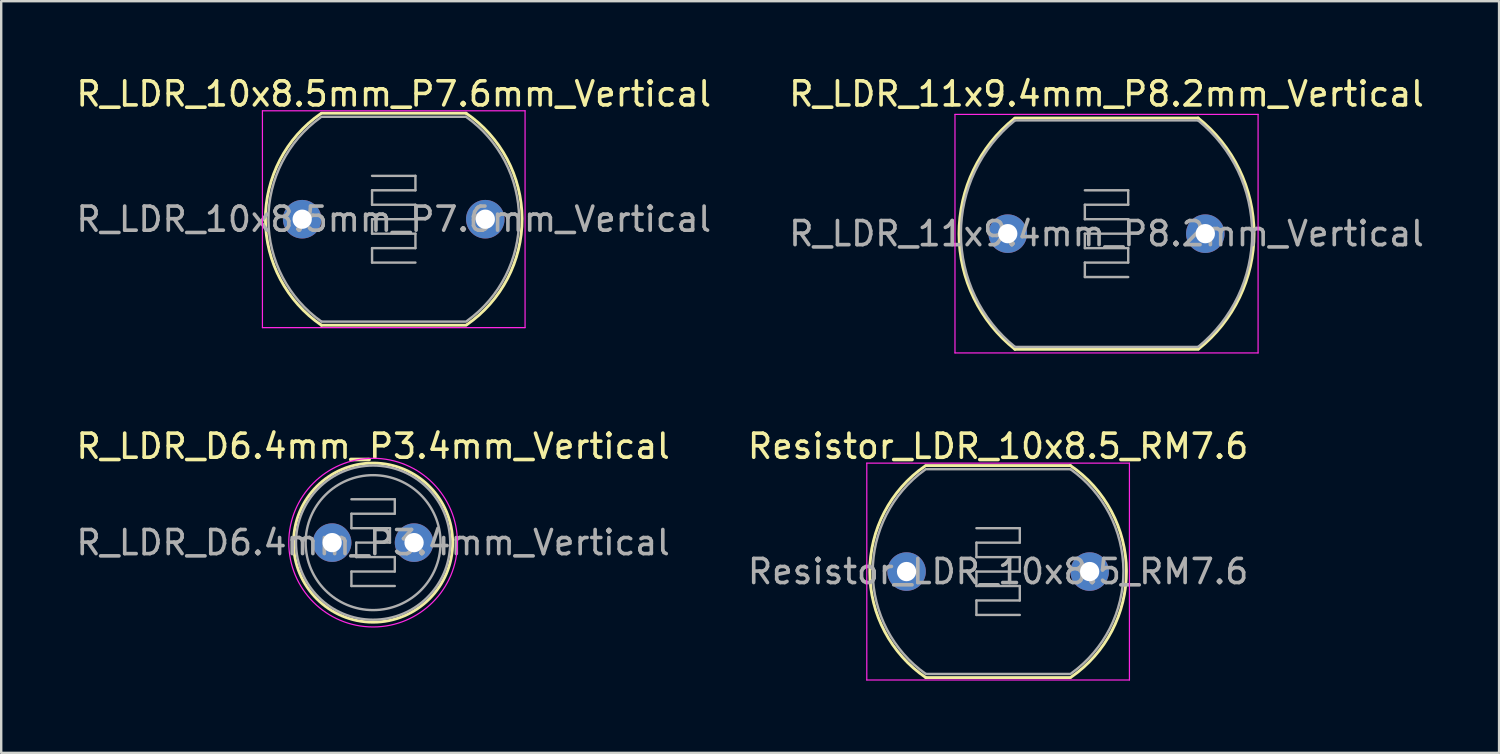
<source format=kicad_pcb>
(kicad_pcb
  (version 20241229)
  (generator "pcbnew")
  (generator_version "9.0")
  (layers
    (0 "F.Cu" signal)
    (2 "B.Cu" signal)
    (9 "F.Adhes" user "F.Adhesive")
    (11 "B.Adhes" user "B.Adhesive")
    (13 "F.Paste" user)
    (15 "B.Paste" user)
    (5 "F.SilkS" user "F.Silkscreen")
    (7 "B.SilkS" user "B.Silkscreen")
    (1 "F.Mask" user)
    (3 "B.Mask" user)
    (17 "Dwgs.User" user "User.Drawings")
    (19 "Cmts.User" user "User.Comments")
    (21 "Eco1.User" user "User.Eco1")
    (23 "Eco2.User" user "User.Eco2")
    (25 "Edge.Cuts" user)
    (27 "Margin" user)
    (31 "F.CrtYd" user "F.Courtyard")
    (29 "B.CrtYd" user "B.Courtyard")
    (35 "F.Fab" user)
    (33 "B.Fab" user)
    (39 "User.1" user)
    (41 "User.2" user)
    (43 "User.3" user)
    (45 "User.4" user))
  (footprint "R_LDR_10x8.5mm_P7.6mm_Vertical"
    (layer "F.Cu")
    (at 9.492 6.048)
    (property "Reference" "R_LDR_10x8.5mm_P7.6mm_Vertical" (at 3.8 -5.2 0) (layer "F.SilkS") (effects (font (size 1 1) (thickness 0.15))))
    (attr through_hole)
    (fp_line (start 0.8 -4.4) (end 6.8 -4.4) (stroke (width 0.12) (type solid)) (layer "F.SilkS"))
    (fp_line (start 0.8 4.4) (end 6.8 4.4) (stroke (width 0.12) (type solid)) (layer "F.SilkS"))
    (fp_arc (start 0.8 4.4) (mid -1.525374 0.019809) (end 0.76735 -4.37756) (stroke (width 0.12) (type solid)) (layer "F.SilkS"))
    (fp_arc (start 6.8 -4.4) (mid 9.125374 -0.019809) (end 6.83265 4.37756) (stroke (width 0.12) (type solid)) (layer "F.SilkS"))
    (fp_line (start -1.65 -4.5) (end -1.65 4.5) (stroke (width 0.05) (type solid)) (layer "F.CrtYd"))
    (fp_line (start -1.65 -4.5) (end 9.25 -4.5) (stroke (width 0.05) (type solid)) (layer "F.CrtYd"))
    (fp_line (start 9.25 4.5) (end -1.65 4.5) (stroke (width 0.05) (type solid)) (layer "F.CrtYd"))
    (fp_line (start 9.25 4.5) (end 9.25 -4.5) (stroke (width 0.05) (type solid)) (layer "F.CrtYd"))
    (fp_line (start 0.8 -4.25) (end 6.8 -4.25) (stroke (width 0.1) (type solid)) (layer "F.Fab"))
    (fp_line (start 2.9 -1.8) (end 4.7 -1.8) (stroke (width 0.1) (type solid)) (layer "F.Fab"))
    (fp_line (start 2.9 -1.2) (end 2.9 -0.6) (stroke (width 0.1) (type solid)) (layer "F.Fab"))
    (fp_line (start 2.9 -0.6) (end 4.7 -0.6) (stroke (width 0.1) (type solid)) (layer "F.Fab"))
    (fp_line (start 2.9 0) (end 2.9 0.6) (stroke (width 0.1) (type solid)) (layer "F.Fab"))
    (fp_line (start 2.9 0.6) (end 4.7 0.6) (stroke (width 0.1) (type solid)) (layer "F.Fab"))
    (fp_line (start 2.9 1.2) (end 2.9 1.8) (stroke (width 0.1) (type solid)) (layer "F.Fab"))
    (fp_line (start 2.9 1.8) (end 4.7 1.8) (stroke (width 0.1) (type solid)) (layer "F.Fab"))
    (fp_line (start 4.7 -1.8) (end 4.7 -1.2) (stroke (width 0.1) (type solid)) (layer "F.Fab"))
    (fp_line (start 4.7 -1.2) (end 2.9 -1.2) (stroke (width 0.1) (type solid)) (layer "F.Fab"))
    (fp_line (start 4.7 -0.6) (end 4.7 0) (stroke (width 0.1) (type solid)) (layer "F.Fab"))
    (fp_line (start 4.7 0) (end 2.9 0) (stroke (width 0.1) (type solid)) (layer "F.Fab"))
    (fp_line (start 4.7 0.6) (end 4.7 1.2) (stroke (width 0.1) (type solid)) (layer "F.Fab"))
    (fp_line (start 4.7 1.2) (end 2.9 1.2) (stroke (width 0.1) (type solid)) (layer "F.Fab"))
    (fp_line (start 6.8 4.25) (end 0.8 4.25) (stroke (width 0.1) (type solid)) (layer "F.Fab"))
    (fp_arc (start 0.8 4.25) (mid -1.4021 0.025641) (end 0.758251 -4.22022) (stroke (width 0.1) (type solid)) (layer "F.Fab"))
    (fp_arc (start 6.8 -4.25) (mid 9.0021 -0.025641) (end 6.841749 4.22022) (stroke (width 0.1) (type solid)) (layer "F.Fab"))
    (fp_text user "${REFERENCE}" (at 3.8 0 0) (layer "F.Fab") (effects (font (size 1 1) (thickness 0.15))))
    (pad "1" thru_hole circle (at 0 0) (size 1.6 1.6) (drill 0.8) (layers "*.Cu" "*.Mask"))
    (pad "2" thru_hole circle (at 7.6 0) (size 1.6 1.6) (drill 0.8) (layers "*.Cu" "*.Mask")))
  (footprint "R_LDR_D6.4mm_P3.4mm_Vertical"
    (layer "F.Cu")
    (at 10.735 19.471)
    (property "Reference" "R_LDR_D6.4mm_P3.4mm_Vertical" (at 1.7 -4 0) (layer "F.SilkS") (effects (font (size 1 1) (thickness 0.15))))
    (attr through_hole)
    (fp_circle (center 1.7 0) (end 5 -0.1) (stroke (width 0.12) (type solid)) (fill no) (layer "F.SilkS"))
    (fp_circle (center 1.7 0) (end 5.2 0) (stroke (width 0.05) (type solid)) (fill no) (layer "F.CrtYd"))
    (fp_line (start 0.8 -1.8) (end 2.6 -1.8) (stroke (width 0.1) (type solid)) (layer "F.Fab"))
    (fp_line (start 0.8 -1.2) (end 0.8 -0.6) (stroke (width 0.1) (type solid)) (layer "F.Fab"))
    (fp_line (start 0.8 1.2) (end 0.8 1.8) (stroke (width 0.1) (type solid)) (layer "F.Fab"))
    (fp_line (start 0.8 1.8) (end 2.6 1.8) (stroke (width 0.1) (type solid)) (layer "F.Fab"))
    (fp_line (start 1 0) (end 2.4 0) (stroke (width 0.1) (type solid)) (layer "F.Fab"))
    (fp_line (start 1 0.6) (end 1 0) (stroke (width 0.1) (type solid)) (layer "F.Fab"))
    (fp_line (start 2.4 -0.6) (end 0.8 -0.6) (stroke (width 0.1) (type solid)) (layer "F.Fab"))
    (fp_line (start 2.4 0) (end 2.4 -0.6) (stroke (width 0.1) (type solid)) (layer "F.Fab"))
    (fp_line (start 2.6 -1.8) (end 2.6 -1.2) (stroke (width 0.1) (type solid)) (layer "F.Fab"))
    (fp_line (start 2.6 -1.2) (end 0.8 -1.2) (stroke (width 0.1) (type solid)) (layer "F.Fab"))
    (fp_line (start 2.6 0.6) (end 1 0.6) (stroke (width 0.1) (type solid)) (layer "F.Fab"))
    (fp_line (start 2.6 0.6) (end 2.6 1.2) (stroke (width 0.1) (type solid)) (layer "F.Fab"))
    (fp_line (start 2.6 1.2) (end 0.8 1.2) (stroke (width 0.1) (type solid)) (layer "F.Fab"))
    (fp_circle (center 1.7 0) (end 4.5 0) (stroke (width 0.1) (type solid)) (fill no) (layer "F.Fab"))
    (fp_circle (center 1.7 0) (end 4.9 0) (stroke (width 0.1) (type solid)) (fill no) (layer "F.Fab"))
    (fp_text user "${REFERENCE}" (at 1.7 0 0) (layer "F.Fab") (effects (font (size 1 1) (thickness 0.15))))
    (pad "1" thru_hole circle (at 0 0) (size 1.6 1.6) (drill 0.8) (layers "*.Cu" "*.Mask"))
    (pad "2" thru_hole circle (at 3.4 0) (size 1.6 1.6) (drill 0.8) (layers "*.Cu" "*.Mask")))
  (footprint "Resistor_LDR_10x8.5_RM7.6"
    (layer "F.Cu")
    (at 34.575 20.672)
    (property "Reference" "Resistor_LDR_10x8.5_RM7.6" (at 3.8 -5.2 0) (layer "F.SilkS") (effects (font (size 1 1) (thickness 0.15))))
    (attr through_hole)
    (fp_line (start 0.8 -4.4) (end 6.8 -4.4) (stroke (width 0.12) (type solid)) (layer "F.SilkS"))
    (fp_line (start 0.8 4.4) (end 6.8 4.4) (stroke (width 0.12) (type solid)) (layer "F.SilkS"))
    (fp_arc (start 0.8 4.4) (mid -1.525374 0.019809) (end 0.76735 -4.37756) (stroke (width 0.12) (type solid)) (layer "F.SilkS"))
    (fp_arc (start 6.8 -4.4) (mid 9.125374 -0.019809) (end 6.83265 4.37756) (stroke (width 0.12) (type solid)) (layer "F.SilkS"))
    (fp_line (start -1.65 -4.5) (end -1.65 4.5) (stroke (width 0.05) (type solid)) (layer "F.CrtYd"))
    (fp_line (start -1.65 -4.5) (end 9.25 -4.5) (stroke (width 0.05) (type solid)) (layer "F.CrtYd"))
    (fp_line (start 9.25 4.5) (end -1.65 4.5) (stroke (width 0.05) (type solid)) (layer "F.CrtYd"))
    (fp_line (start 9.25 4.5) (end 9.25 -4.5) (stroke (width 0.05) (type solid)) (layer "F.CrtYd"))
    (fp_line (start 0.8 -4.25) (end 6.8 -4.25) (stroke (width 0.1) (type solid)) (layer "F.Fab"))
    (fp_line (start 2.9 -1.8) (end 4.7 -1.8) (stroke (width 0.1) (type solid)) (layer "F.Fab"))
    (fp_line (start 2.9 -1.2) (end 2.9 -0.6) (stroke (width 0.1) (type solid)) (layer "F.Fab"))
    (fp_line (start 2.9 -0.6) (end 4.7 -0.6) (stroke (width 0.1) (type solid)) (layer "F.Fab"))
    (fp_line (start 2.9 0) (end 2.9 0.6) (stroke (width 0.1) (type solid)) (layer "F.Fab"))
    (fp_line (start 2.9 0.6) (end 4.7 0.6) (stroke (width 0.1) (type solid)) (layer "F.Fab"))
    (fp_line (start 2.9 1.2) (end 2.9 1.8) (stroke (width 0.1) (type solid)) (layer "F.Fab"))
    (fp_line (start 2.9 1.8) (end 4.7 1.8) (stroke (width 0.1) (type solid)) (layer "F.Fab"))
    (fp_line (start 4.7 -1.8) (end 4.7 -1.2) (stroke (width 0.1) (type solid)) (layer "F.Fab"))
    (fp_line (start 4.7 -1.2) (end 2.9 -1.2) (stroke (width 0.1) (type solid)) (layer "F.Fab"))
    (fp_line (start 4.7 -0.6) (end 4.7 0) (stroke (width 0.1) (type solid)) (layer "F.Fab"))
    (fp_line (start 4.7 0) (end 2.9 0) (stroke (width 0.1) (type solid)) (layer "F.Fab"))
    (fp_line (start 4.7 0.6) (end 4.7 1.2) (stroke (width 0.1) (type solid)) (layer "F.Fab"))
    (fp_line (start 4.7 1.2) (end 2.9 1.2) (stroke (width 0.1) (type solid)) (layer "F.Fab"))
    (fp_line (start 6.8 4.25) (end 0.8 4.25) (stroke (width 0.1) (type solid)) (layer "F.Fab"))
    (fp_arc (start 0.8 4.25) (mid -1.4021 0.025641) (end 0.758251 -4.22022) (stroke (width 0.1) (type solid)) (layer "F.Fab"))
    (fp_arc (start 6.8 -4.25) (mid 9.0021 -0.025641) (end 6.841749 4.22022) (stroke (width 0.1) (type solid)) (layer "F.Fab"))
    (fp_text user "${REFERENCE}" (at 3.8 0 0) (layer "F.Fab") (effects (font (size 1 1) (thickness 0.15))))
    (pad "1" thru_hole circle (at 0 0) (size 1.6 1.6) (drill 0.8) (layers "*.Cu" "*.Mask"))
    (pad "2" thru_hole circle (at 7.6 0) (size 1.6 1.6) (drill 0.8) (layers "*.Cu" "*.Mask")))
  (footprint "R_LDR_11x9.4mm_P8.2mm_Vertical"
    (layer "F.Cu")
    (at 38.775 6.648)
    (property "Reference" "R_LDR_11x9.4mm_P8.2mm_Vertical" (at 4.1 -5.8 0) (layer "F.SilkS") (effects (font (size 1 1) (thickness 0.15))))
    (attr through_hole)
    (fp_line (start 0.3 -4.8) (end 7.9 -4.8) (stroke (width 0.12) (type solid)) (layer "F.SilkS"))
    (fp_line (start 7.9 4.8) (end 0.3 4.8) (stroke (width 0.12) (type solid)) (layer "F.SilkS"))
    (fp_arc (start 0.3 4.8) (mid -2.022075 0.014159) (end 0.277838 -4.782371) (stroke (width 0.12) (type solid)) (layer "F.SilkS"))
    (fp_arc (start 7.9 -4.8) (mid 10.222075 -0.014159) (end 7.922162 4.782371) (stroke (width 0.12) (type solid)) (layer "F.SilkS"))
    (fp_line (start -2.19 -4.95) (end -2.19 4.95) (stroke (width 0.05) (type solid)) (layer "F.CrtYd"))
    (fp_line (start -2.19 -4.95) (end 10.39 -4.95) (stroke (width 0.05) (type solid)) (layer "F.CrtYd"))
    (fp_line (start 10.39 4.95) (end -2.19 4.95) (stroke (width 0.05) (type solid)) (layer "F.CrtYd"))
    (fp_line (start 10.39 4.95) (end 10.39 -4.95) (stroke (width 0.05) (type solid)) (layer "F.CrtYd"))
    (fp_line (start 0.3 -4.7) (end 7.9 -4.7) (stroke (width 0.1) (type solid)) (layer "F.Fab"))
    (fp_line (start 3.2 -1.8) (end 5 -1.8) (stroke (width 0.1) (type solid)) (layer "F.Fab"))
    (fp_line (start 3.2 -1.2) (end 3.2 -0.6) (stroke (width 0.1) (type solid)) (layer "F.Fab"))
    (fp_line (start 3.2 -0.6) (end 5 -0.6) (stroke (width 0.1) (type solid)) (layer "F.Fab"))
    (fp_line (start 3.2 0) (end 3.2 0.6) (stroke (width 0.1) (type solid)) (layer "F.Fab"))
    (fp_line (start 3.2 0.6) (end 5 0.6) (stroke (width 0.1) (type solid)) (layer "F.Fab"))
    (fp_line (start 3.2 1.2) (end 3.2 1.8) (stroke (width 0.1) (type solid)) (layer "F.Fab"))
    (fp_line (start 3.2 1.8) (end 5 1.8) (stroke (width 0.1) (type solid)) (layer "F.Fab"))
    (fp_line (start 5 -1.8) (end 5 -1.2) (stroke (width 0.1) (type solid)) (layer "F.Fab"))
    (fp_line (start 5 -1.2) (end 3.2 -1.2) (stroke (width 0.1) (type solid)) (layer "F.Fab"))
    (fp_line (start 5 -0.6) (end 5 0) (stroke (width 0.1) (type solid)) (layer "F.Fab"))
    (fp_line (start 5 0) (end 3.2 0) (stroke (width 0.1) (type solid)) (layer "F.Fab"))
    (fp_line (start 5 0.6) (end 5 1.2) (stroke (width 0.1) (type solid)) (layer "F.Fab"))
    (fp_line (start 5 1.2) (end 3.2 1.2) (stroke (width 0.1) (type solid)) (layer "F.Fab"))
    (fp_line (start 7.9 4.7) (end 0.3 4.7) (stroke (width 0.1) (type solid)) (layer "F.Fab"))
    (fp_arc (start 0.3 4.7) (mid -1.944004 0.004651) (end 0.292771 -4.694146) (stroke (width 0.1) (type solid)) (layer "F.Fab"))
    (fp_arc (start 7.9 -4.7) (mid 10.144004 -0.004651) (end 7.907229 4.694146) (stroke (width 0.1) (type solid)) (layer "F.Fab"))
    (fp_text user "${REFERENCE}" (at 4.1 0 0) (layer "F.Fab") (effects (font (size 1 1) (thickness 0.15))))
    (pad "1" thru_hole circle (at 0 0) (size 1.6 1.6) (drill 0.8) (layers "*.Cu" "*.Mask"))
    (pad "2" thru_hole circle (at 8.2 0) (size 1.6 1.6) (drill 0.8) (layers "*.Cu" "*.Mask")))
  (gr_rect
    (start -3 -3)
    (end 59.167 28.197)
    (stroke (width 0.1) (type default))
    (fill no)
    (layer "Edge.Cuts")))
</source>
